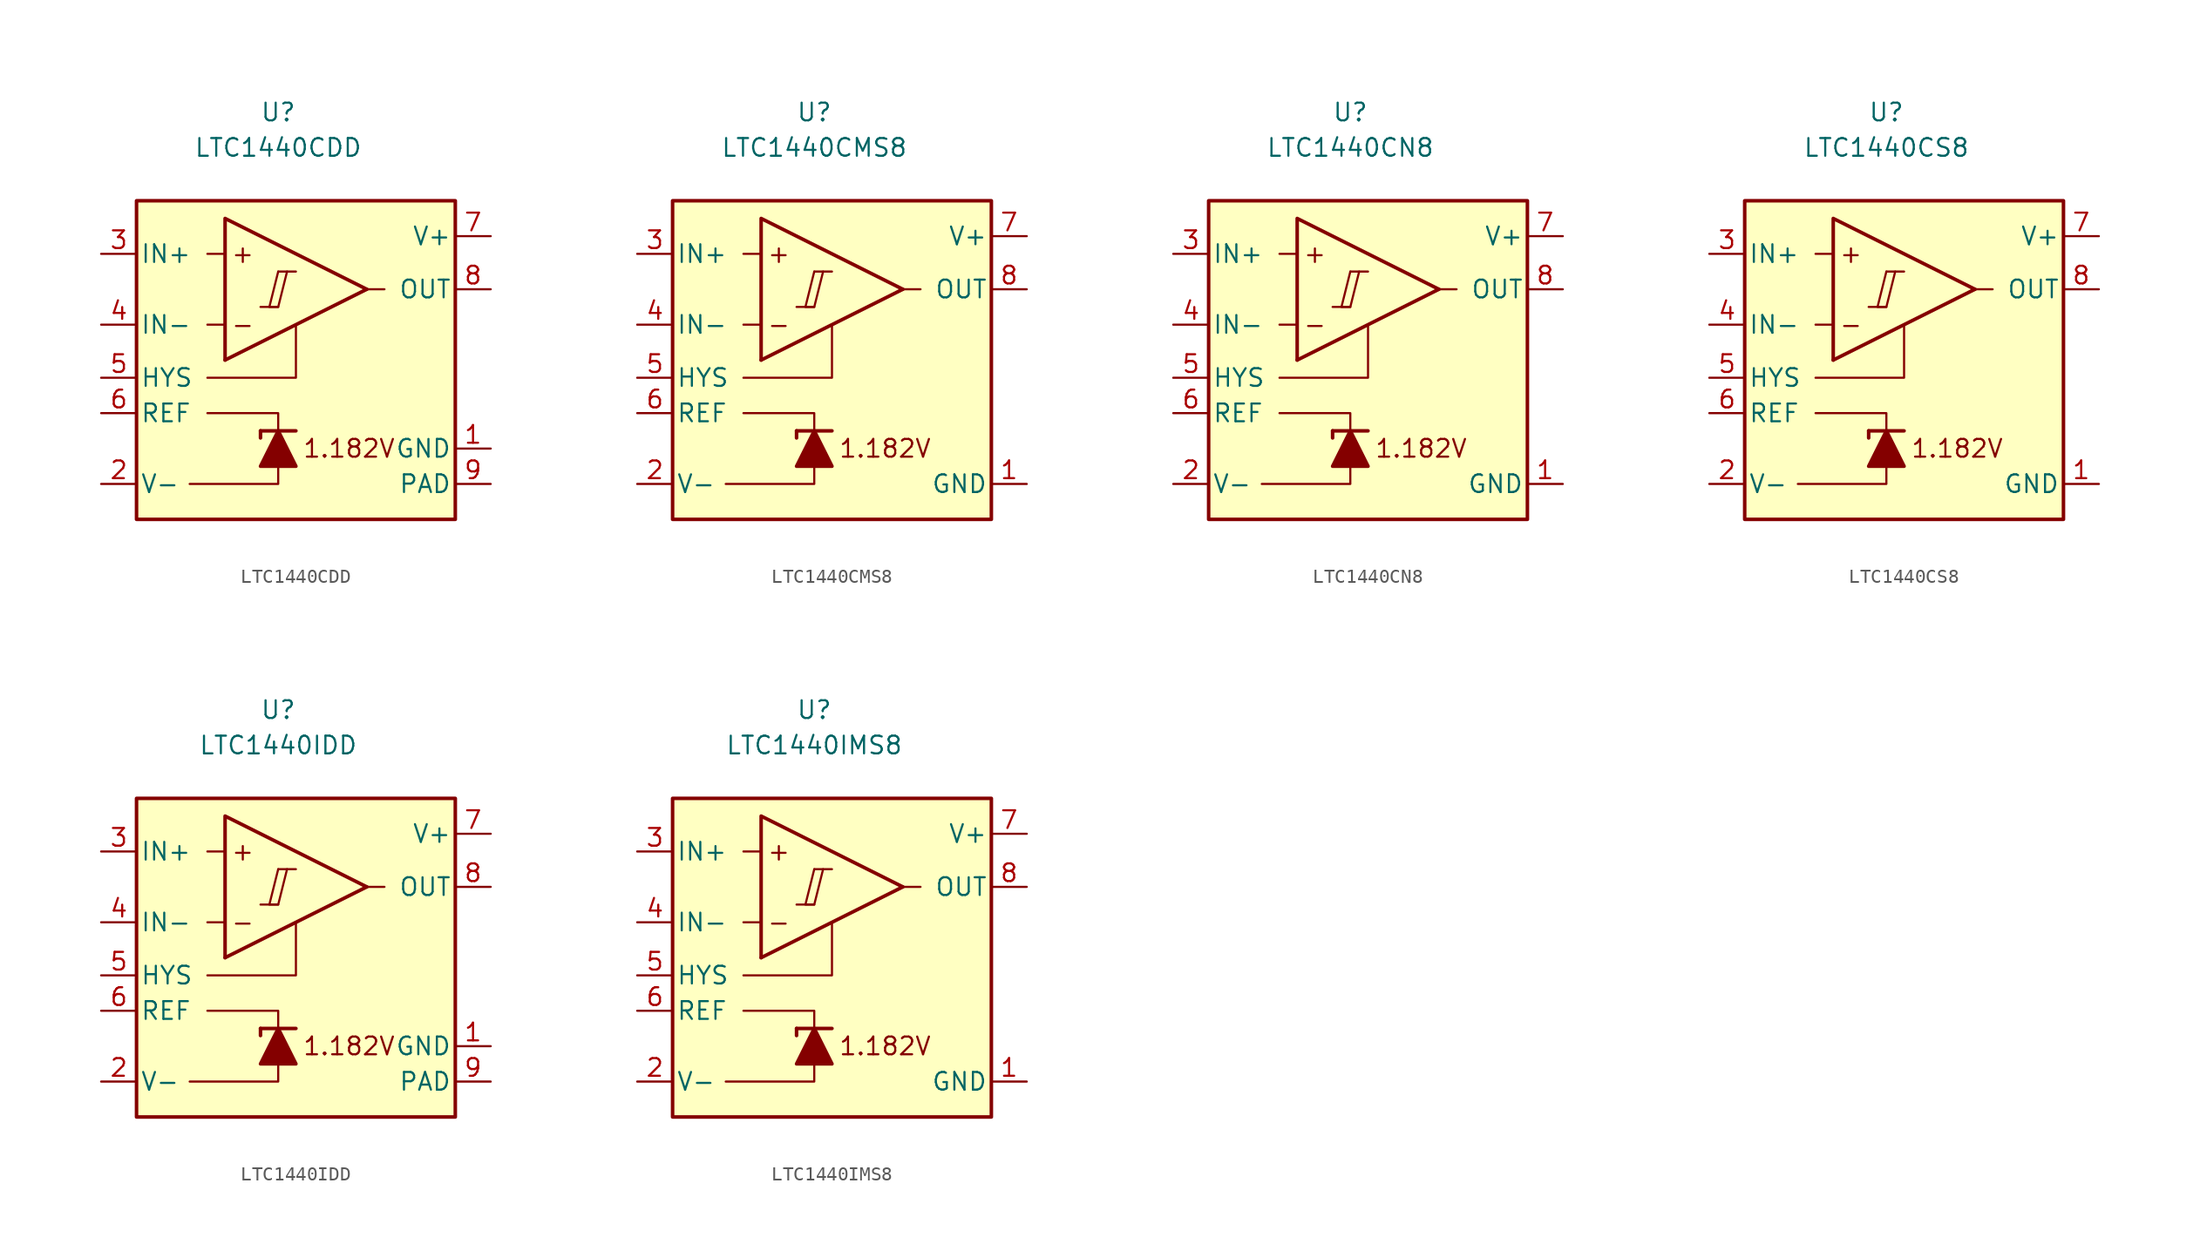
<source format=kicad_sym>
(kicad_symbol_lib
  (version 20231120)
  (generator "kicad_symbol_editor")
  (generator_version "8.0")
  (symbol "LTC1440CDD"
    (pin_names
      (offset 0.254))
    (property "Reference" "U"
      (at 0 16.51 0)
      (effects (font (size 1.27 1.27))))
    (property "Value" "LTC1440CDD"
      (at 0 13.97 0)
      (effects (font (size 1.27 1.27))))
    (symbol "LTC1440CDD_0_0"
      (polyline (pts (xy -1.27 2.54) (xy 0 2.54)) (stroke (width 0.152) (type default)) (fill (type none)))
      (polyline (pts (xy 0 5.08) (xy 1.27 5.08)) (stroke (width 0.152) (type default)) (fill (type none)))
      (polyline (pts (xy 6.35 3.81) (xy -3.81 -1.27)) (stroke (width 0.254) (type default)) (fill (type none)))
      (polyline (pts (xy 6.35 3.81) (xy -3.81 8.89) (xy -3.81 -1.27)) (stroke (width 0.254) (type default)) (fill (type background)))
      (polyline (pts (xy 0 5.08) (xy -0.635 2.54) (xy 0 2.54) (xy 0.635 5.08)) (stroke (width 0.152) (type default)) (fill (type none)))
      (text "+" (at -2.54 6.35 0) (effects (font (size 1.27 1.27))))
      (text "-" (at -2.54 1.27 0) (effects (font (size 1.27 1.27)))))
    (symbol "LTC1440CDD_0_1"
      (polyline (pts (xy -3.81 1.27) (xy -5.08 1.27)) (stroke (width 0) (type default)) (fill (type none)))
      (polyline (pts (xy -3.81 6.35) (xy -5.08 6.35)) (stroke (width 0) (type default)) (fill (type none)))
      (polyline (pts (xy -1.27 -6.35) (xy -1.27 -6.858)) (stroke (width 0.254) (type default)) (fill (type none)))
      (polyline (pts (xy -1.27 -6.35) (xy 1.27 -6.35)) (stroke (width 0.254) (type default)) (fill (type none)))
      (polyline (pts (xy 6.35 3.81) (xy 7.62 3.81)) (stroke (width 0) (type default)) (fill (type none)))
      (polyline (pts (xy 0 -8.89) (xy 0 -10.16) (xy -6.35 -10.16)) (stroke (width 0) (type default)) (fill (type none)))
      (polyline (pts (xy 0 -6.35) (xy 0 -5.08) (xy -5.08 -5.08)) (stroke (width 0) (type default)) (fill (type none)))
      (polyline (pts (xy 1.27 1.27) (xy 1.27 -2.54) (xy -5.08 -2.54)) (stroke (width 0) (type default)) (fill (type none)))
      (polyline (pts (xy 1.27 -8.89) (xy -1.27 -8.89) (xy 0 -6.35) (xy 1.27 -8.89)) (stroke (width 0.254) (type default)) (fill (type outline)))
      (rectangle (start 12.7 10.16) (end -10.16 -12.7) (stroke (width 0.254) (type default)) (fill (type background))))
    (symbol "LTC1440CDD_1_0"
      (text "1.182V" (at 5.08 -7.62 0) (effects (font (size 1.27 1.27)))))
    (symbol "LTC1440CDD_1_1"
      (pin power_in line (at 15.24 -7.62 180) (length 2.54) (name "GND" (effects (font (size 1.27 1.27)))) (number "1" (effects (font (size 1.27 1.27)))))
      (pin power_in line (at -12.7 -10.16 0) (length 2.54) (name "V-" (effects (font (size 1.27 1.27)))) (number "2" (effects (font (size 1.27 1.27)))))
      (pin input line (at -12.7 6.35 0) (length 2.54) (name "IN+" (effects (font (size 1.27 1.27)))) (number "3" (effects (font (size 1.27 1.27)))))
      (pin input line (at -12.7 1.27 0) (length 2.54) (name "IN-" (effects (font (size 1.27 1.27)))) (number "4" (effects (font (size 1.27 1.27)))))
      (pin input line (at -12.7 -2.54 0) (length 2.54) (name "HYS" (effects (font (size 1.27 1.27)))) (number "5" (effects (font (size 1.27 1.27)))))
      (pin output line (at -12.7 -5.08 0) (length 2.54) (name "REF" (effects (font (size 1.27 1.27)))) (number "6" (effects (font (size 1.27 1.27)))))
      (pin power_in line (at 15.24 7.62 180) (length 2.54) (name "V+" (effects (font (size 1.27 1.27)))) (number "7" (effects (font (size 1.27 1.27)))))
      (pin output line (at 15.24 3.81 180) (length 2.54) (name "OUT" (effects (font (size 1.27 1.27)))) (number "8" (effects (font (size 1.27 1.27)))))
      (pin power_in line (at 15.24 -10.16 180) (length 2.54) (name "PAD" (effects (font (size 1.27 1.27)))) (number "9" (effects (font (size 1.27 1.27)))))))
  (symbol "LTC1440CMS8"
    (pin_names
      (offset 0.254))
    (property "Reference" "U"
      (at 0 16.51 0)
      (effects (font (size 1.27 1.27))))
    (property "Value" "LTC1440CMS8"
      (at 0 13.97 0)
      (effects (font (size 1.27 1.27))))
    (symbol "LTC1440CMS8_0_0"
      (polyline (pts (xy -1.27 2.54) (xy 0 2.54)) (stroke (width 0.152) (type default)) (fill (type none)))
      (polyline (pts (xy 0 5.08) (xy 1.27 5.08)) (stroke (width 0.152) (type default)) (fill (type none)))
      (polyline (pts (xy 6.35 3.81) (xy -3.81 -1.27)) (stroke (width 0.254) (type default)) (fill (type none)))
      (polyline (pts (xy 6.35 3.81) (xy -3.81 8.89) (xy -3.81 -1.27)) (stroke (width 0.254) (type default)) (fill (type background)))
      (polyline (pts (xy 0 5.08) (xy -0.635 2.54) (xy 0 2.54) (xy 0.635 5.08)) (stroke (width 0.152) (type default)) (fill (type none)))
      (text "+" (at -2.54 6.35 0) (effects (font (size 1.27 1.27))))
      (text "-" (at -2.54 1.27 0) (effects (font (size 1.27 1.27)))))
    (symbol "LTC1440CMS8_0_1"
      (polyline (pts (xy -3.81 1.27) (xy -5.08 1.27)) (stroke (width 0) (type default)) (fill (type none)))
      (polyline (pts (xy -3.81 6.35) (xy -5.08 6.35)) (stroke (width 0) (type default)) (fill (type none)))
      (polyline (pts (xy -1.27 -6.35) (xy -1.27 -6.858)) (stroke (width 0.254) (type default)) (fill (type none)))
      (polyline (pts (xy -1.27 -6.35) (xy 1.27 -6.35)) (stroke (width 0.254) (type default)) (fill (type none)))
      (polyline (pts (xy 6.35 3.81) (xy 7.62 3.81)) (stroke (width 0) (type default)) (fill (type none)))
      (polyline (pts (xy 0 -8.89) (xy 0 -10.16) (xy -6.35 -10.16)) (stroke (width 0) (type default)) (fill (type none)))
      (polyline (pts (xy 0 -6.35) (xy 0 -5.08) (xy -5.08 -5.08)) (stroke (width 0) (type default)) (fill (type none)))
      (polyline (pts (xy 1.27 1.27) (xy 1.27 -2.54) (xy -5.08 -2.54)) (stroke (width 0) (type default)) (fill (type none)))
      (polyline (pts (xy 1.27 -8.89) (xy -1.27 -8.89) (xy 0 -6.35) (xy 1.27 -8.89)) (stroke (width 0.254) (type default)) (fill (type outline)))
      (rectangle (start 12.7 10.16) (end -10.16 -12.7) (stroke (width 0.254) (type default)) (fill (type background))))
    (symbol "LTC1440CMS8_1_0"
      (text "1.182V" (at 5.08 -7.62 0) (effects (font (size 1.27 1.27)))))
    (symbol "LTC1440CMS8_1_1"
      (pin power_in line (at 15.24 -10.16 180) (length 2.54) (name "GND" (effects (font (size 1.27 1.27)))) (number "1" (effects (font (size 1.27 1.27)))))
      (pin power_in line (at -12.7 -10.16 0) (length 2.54) (name "V-" (effects (font (size 1.27 1.27)))) (number "2" (effects (font (size 1.27 1.27)))))
      (pin input line (at -12.7 6.35 0) (length 2.54) (name "IN+" (effects (font (size 1.27 1.27)))) (number "3" (effects (font (size 1.27 1.27)))))
      (pin input line (at -12.7 1.27 0) (length 2.54) (name "IN-" (effects (font (size 1.27 1.27)))) (number "4" (effects (font (size 1.27 1.27)))))
      (pin input line (at -12.7 -2.54 0) (length 2.54) (name "HYS" (effects (font (size 1.27 1.27)))) (number "5" (effects (font (size 1.27 1.27)))))
      (pin output line (at -12.7 -5.08 0) (length 2.54) (name "REF" (effects (font (size 1.27 1.27)))) (number "6" (effects (font (size 1.27 1.27)))))
      (pin power_in line (at 15.24 7.62 180) (length 2.54) (name "V+" (effects (font (size 1.27 1.27)))) (number "7" (effects (font (size 1.27 1.27)))))
      (pin output line (at 15.24 3.81 180) (length 2.54) (name "OUT" (effects (font (size 1.27 1.27)))) (number "8" (effects (font (size 1.27 1.27)))))))
  (symbol "LTC1440CN8"
    (pin_names
      (offset 0.254))
    (property "Reference" "U"
      (at 0 16.51 0)
      (effects (font (size 1.27 1.27))))
    (property "Value" "LTC1440CN8"
      (at 0 13.97 0)
      (effects (font (size 1.27 1.27))))
    (symbol "LTC1440CN8_0_0"
      (polyline (pts (xy -1.27 2.54) (xy 0 2.54)) (stroke (width 0.152) (type default)) (fill (type none)))
      (polyline (pts (xy 0 5.08) (xy 1.27 5.08)) (stroke (width 0.152) (type default)) (fill (type none)))
      (polyline (pts (xy 6.35 3.81) (xy -3.81 -1.27)) (stroke (width 0.254) (type default)) (fill (type none)))
      (polyline (pts (xy 6.35 3.81) (xy -3.81 8.89) (xy -3.81 -1.27)) (stroke (width 0.254) (type default)) (fill (type background)))
      (polyline (pts (xy 0 5.08) (xy -0.635 2.54) (xy 0 2.54) (xy 0.635 5.08)) (stroke (width 0.152) (type default)) (fill (type none)))
      (text "+" (at -2.54 6.35 0) (effects (font (size 1.27 1.27))))
      (text "-" (at -2.54 1.27 0) (effects (font (size 1.27 1.27)))))
    (symbol "LTC1440CN8_0_1"
      (polyline (pts (xy -3.81 1.27) (xy -5.08 1.27)) (stroke (width 0) (type default)) (fill (type none)))
      (polyline (pts (xy -3.81 6.35) (xy -5.08 6.35)) (stroke (width 0) (type default)) (fill (type none)))
      (polyline (pts (xy -1.27 -6.35) (xy -1.27 -6.858)) (stroke (width 0.254) (type default)) (fill (type none)))
      (polyline (pts (xy -1.27 -6.35) (xy 1.27 -6.35)) (stroke (width 0.254) (type default)) (fill (type none)))
      (polyline (pts (xy 6.35 3.81) (xy 7.62 3.81)) (stroke (width 0) (type default)) (fill (type none)))
      (polyline (pts (xy 0 -8.89) (xy 0 -10.16) (xy -6.35 -10.16)) (stroke (width 0) (type default)) (fill (type none)))
      (polyline (pts (xy 0 -6.35) (xy 0 -5.08) (xy -5.08 -5.08)) (stroke (width 0) (type default)) (fill (type none)))
      (polyline (pts (xy 1.27 1.27) (xy 1.27 -2.54) (xy -5.08 -2.54)) (stroke (width 0) (type default)) (fill (type none)))
      (polyline (pts (xy 1.27 -8.89) (xy -1.27 -8.89) (xy 0 -6.35) (xy 1.27 -8.89)) (stroke (width 0.254) (type default)) (fill (type outline)))
      (rectangle (start 12.7 10.16) (end -10.16 -12.7) (stroke (width 0.254) (type default)) (fill (type background))))
    (symbol "LTC1440CN8_1_0"
      (text "1.182V" (at 5.08 -7.62 0) (effects (font (size 1.27 1.27)))))
    (symbol "LTC1440CN8_1_1"
      (pin power_in line (at 15.24 -10.16 180) (length 2.54) (name "GND" (effects (font (size 1.27 1.27)))) (number "1" (effects (font (size 1.27 1.27)))))
      (pin power_in line (at -12.7 -10.16 0) (length 2.54) (name "V-" (effects (font (size 1.27 1.27)))) (number "2" (effects (font (size 1.27 1.27)))))
      (pin input line (at -12.7 6.35 0) (length 2.54) (name "IN+" (effects (font (size 1.27 1.27)))) (number "3" (effects (font (size 1.27 1.27)))))
      (pin input line (at -12.7 1.27 0) (length 2.54) (name "IN-" (effects (font (size 1.27 1.27)))) (number "4" (effects (font (size 1.27 1.27)))))
      (pin input line (at -12.7 -2.54 0) (length 2.54) (name "HYS" (effects (font (size 1.27 1.27)))) (number "5" (effects (font (size 1.27 1.27)))))
      (pin output line (at -12.7 -5.08 0) (length 2.54) (name "REF" (effects (font (size 1.27 1.27)))) (number "6" (effects (font (size 1.27 1.27)))))
      (pin power_in line (at 15.24 7.62 180) (length 2.54) (name "V+" (effects (font (size 1.27 1.27)))) (number "7" (effects (font (size 1.27 1.27)))))
      (pin output line (at 15.24 3.81 180) (length 2.54) (name "OUT" (effects (font (size 1.27 1.27)))) (number "8" (effects (font (size 1.27 1.27)))))))
  (symbol "LTC1440CS8"
    (pin_names
      (offset 0.254))
    (property "Reference" "U"
      (at 0 16.51 0)
      (effects (font (size 1.27 1.27))))
    (property "Value" "LTC1440CS8"
      (at 0 13.97 0)
      (effects (font (size 1.27 1.27))))
    (symbol "LTC1440CS8_0_0"
      (polyline (pts (xy -1.27 2.54) (xy 0 2.54)) (stroke (width 0.152) (type default)) (fill (type none)))
      (polyline (pts (xy 0 5.08) (xy 1.27 5.08)) (stroke (width 0.152) (type default)) (fill (type none)))
      (polyline (pts (xy 6.35 3.81) (xy -3.81 -1.27)) (stroke (width 0.254) (type default)) (fill (type none)))
      (polyline (pts (xy 6.35 3.81) (xy -3.81 8.89) (xy -3.81 -1.27)) (stroke (width 0.254) (type default)) (fill (type background)))
      (polyline (pts (xy 0 5.08) (xy -0.635 2.54) (xy 0 2.54) (xy 0.635 5.08)) (stroke (width 0.152) (type default)) (fill (type none)))
      (text "+" (at -2.54 6.35 0) (effects (font (size 1.27 1.27))))
      (text "-" (at -2.54 1.27 0) (effects (font (size 1.27 1.27)))))
    (symbol "LTC1440CS8_0_1"
      (polyline (pts (xy -3.81 1.27) (xy -5.08 1.27)) (stroke (width 0) (type default)) (fill (type none)))
      (polyline (pts (xy -3.81 6.35) (xy -5.08 6.35)) (stroke (width 0) (type default)) (fill (type none)))
      (polyline (pts (xy -1.27 -6.35) (xy -1.27 -6.858)) (stroke (width 0.254) (type default)) (fill (type none)))
      (polyline (pts (xy -1.27 -6.35) (xy 1.27 -6.35)) (stroke (width 0.254) (type default)) (fill (type none)))
      (polyline (pts (xy 6.35 3.81) (xy 7.62 3.81)) (stroke (width 0) (type default)) (fill (type none)))
      (polyline (pts (xy 0 -8.89) (xy 0 -10.16) (xy -6.35 -10.16)) (stroke (width 0) (type default)) (fill (type none)))
      (polyline (pts (xy 0 -6.35) (xy 0 -5.08) (xy -5.08 -5.08)) (stroke (width 0) (type default)) (fill (type none)))
      (polyline (pts (xy 1.27 1.27) (xy 1.27 -2.54) (xy -5.08 -2.54)) (stroke (width 0) (type default)) (fill (type none)))
      (polyline (pts (xy 1.27 -8.89) (xy -1.27 -8.89) (xy 0 -6.35) (xy 1.27 -8.89)) (stroke (width 0.254) (type default)) (fill (type outline)))
      (rectangle (start 12.7 10.16) (end -10.16 -12.7) (stroke (width 0.254) (type default)) (fill (type background))))
    (symbol "LTC1440CS8_1_0"
      (text "1.182V" (at 5.08 -7.62 0) (effects (font (size 1.27 1.27)))))
    (symbol "LTC1440CS8_1_1"
      (pin power_in line (at 15.24 -10.16 180) (length 2.54) (name "GND" (effects (font (size 1.27 1.27)))) (number "1" (effects (font (size 1.27 1.27)))))
      (pin power_in line (at -12.7 -10.16 0) (length 2.54) (name "V-" (effects (font (size 1.27 1.27)))) (number "2" (effects (font (size 1.27 1.27)))))
      (pin input line (at -12.7 6.35 0) (length 2.54) (name "IN+" (effects (font (size 1.27 1.27)))) (number "3" (effects (font (size 1.27 1.27)))))
      (pin input line (at -12.7 1.27 0) (length 2.54) (name "IN-" (effects (font (size 1.27 1.27)))) (number "4" (effects (font (size 1.27 1.27)))))
      (pin input line (at -12.7 -2.54 0) (length 2.54) (name "HYS" (effects (font (size 1.27 1.27)))) (number "5" (effects (font (size 1.27 1.27)))))
      (pin output line (at -12.7 -5.08 0) (length 2.54) (name "REF" (effects (font (size 1.27 1.27)))) (number "6" (effects (font (size 1.27 1.27)))))
      (pin power_in line (at 15.24 7.62 180) (length 2.54) (name "V+" (effects (font (size 1.27 1.27)))) (number "7" (effects (font (size 1.27 1.27)))))
      (pin output line (at 15.24 3.81 180) (length 2.54) (name "OUT" (effects (font (size 1.27 1.27)))) (number "8" (effects (font (size 1.27 1.27)))))))
  (symbol "LTC1440IDD"
    (pin_names
      (offset 0.254))
    (property "Reference" "U"
      (at 0 16.51 0)
      (effects (font (size 1.27 1.27))))
    (property "Value" "LTC1440IDD"
      (at 0 13.97 0)
      (effects (font (size 1.27 1.27))))
    (symbol "LTC1440IDD_0_0"
      (polyline (pts (xy -1.27 2.54) (xy 0 2.54)) (stroke (width 0.152) (type default)) (fill (type none)))
      (polyline (pts (xy 0 5.08) (xy 1.27 5.08)) (stroke (width 0.152) (type default)) (fill (type none)))
      (polyline (pts (xy 6.35 3.81) (xy -3.81 -1.27)) (stroke (width 0.254) (type default)) (fill (type none)))
      (polyline (pts (xy 6.35 3.81) (xy -3.81 8.89) (xy -3.81 -1.27)) (stroke (width 0.254) (type default)) (fill (type background)))
      (polyline (pts (xy 0 5.08) (xy -0.635 2.54) (xy 0 2.54) (xy 0.635 5.08)) (stroke (width 0.152) (type default)) (fill (type none)))
      (text "+" (at -2.54 6.35 0) (effects (font (size 1.27 1.27))))
      (text "-" (at -2.54 1.27 0) (effects (font (size 1.27 1.27)))))
    (symbol "LTC1440IDD_0_1"
      (polyline (pts (xy -3.81 1.27) (xy -5.08 1.27)) (stroke (width 0) (type default)) (fill (type none)))
      (polyline (pts (xy -3.81 6.35) (xy -5.08 6.35)) (stroke (width 0) (type default)) (fill (type none)))
      (polyline (pts (xy -1.27 -6.35) (xy -1.27 -6.858)) (stroke (width 0.254) (type default)) (fill (type none)))
      (polyline (pts (xy -1.27 -6.35) (xy 1.27 -6.35)) (stroke (width 0.254) (type default)) (fill (type none)))
      (polyline (pts (xy 6.35 3.81) (xy 7.62 3.81)) (stroke (width 0) (type default)) (fill (type none)))
      (polyline (pts (xy 0 -8.89) (xy 0 -10.16) (xy -6.35 -10.16)) (stroke (width 0) (type default)) (fill (type none)))
      (polyline (pts (xy 0 -6.35) (xy 0 -5.08) (xy -5.08 -5.08)) (stroke (width 0) (type default)) (fill (type none)))
      (polyline (pts (xy 1.27 1.27) (xy 1.27 -2.54) (xy -5.08 -2.54)) (stroke (width 0) (type default)) (fill (type none)))
      (polyline (pts (xy 1.27 -8.89) (xy -1.27 -8.89) (xy 0 -6.35) (xy 1.27 -8.89)) (stroke (width 0.254) (type default)) (fill (type outline)))
      (rectangle (start 12.7 10.16) (end -10.16 -12.7) (stroke (width 0.254) (type default)) (fill (type background))))
    (symbol "LTC1440IDD_1_0"
      (text "1.182V" (at 5.08 -7.62 0) (effects (font (size 1.27 1.27)))))
    (symbol "LTC1440IDD_1_1"
      (pin power_in line (at 15.24 -7.62 180) (length 2.54) (name "GND" (effects (font (size 1.27 1.27)))) (number "1" (effects (font (size 1.27 1.27)))))
      (pin power_in line (at -12.7 -10.16 0) (length 2.54) (name "V-" (effects (font (size 1.27 1.27)))) (number "2" (effects (font (size 1.27 1.27)))))
      (pin input line (at -12.7 6.35 0) (length 2.54) (name "IN+" (effects (font (size 1.27 1.27)))) (number "3" (effects (font (size 1.27 1.27)))))
      (pin input line (at -12.7 1.27 0) (length 2.54) (name "IN-" (effects (font (size 1.27 1.27)))) (number "4" (effects (font (size 1.27 1.27)))))
      (pin input line (at -12.7 -2.54 0) (length 2.54) (name "HYS" (effects (font (size 1.27 1.27)))) (number "5" (effects (font (size 1.27 1.27)))))
      (pin output line (at -12.7 -5.08 0) (length 2.54) (name "REF" (effects (font (size 1.27 1.27)))) (number "6" (effects (font (size 1.27 1.27)))))
      (pin power_in line (at 15.24 7.62 180) (length 2.54) (name "V+" (effects (font (size 1.27 1.27)))) (number "7" (effects (font (size 1.27 1.27)))))
      (pin output line (at 15.24 3.81 180) (length 2.54) (name "OUT" (effects (font (size 1.27 1.27)))) (number "8" (effects (font (size 1.27 1.27)))))
      (pin power_in line (at 15.24 -10.16 180) (length 2.54) (name "PAD" (effects (font (size 1.27 1.27)))) (number "9" (effects (font (size 1.27 1.27)))))))
  (symbol "LTC1440IMS8"
    (pin_names
      (offset 0.254))
    (property "Reference" "U"
      (at 0 16.51 0)
      (effects (font (size 1.27 1.27))))
    (property "Value" "LTC1440IMS8"
      (at 0 13.97 0)
      (effects (font (size 1.27 1.27))))
    (symbol "LTC1440IMS8_0_0"
      (polyline (pts (xy -1.27 2.54) (xy 0 2.54)) (stroke (width 0.152) (type default)) (fill (type none)))
      (polyline (pts (xy 0 5.08) (xy 1.27 5.08)) (stroke (width 0.152) (type default)) (fill (type none)))
      (polyline (pts (xy 6.35 3.81) (xy -3.81 -1.27)) (stroke (width 0.254) (type default)) (fill (type none)))
      (polyline (pts (xy 6.35 3.81) (xy -3.81 8.89) (xy -3.81 -1.27)) (stroke (width 0.254) (type default)) (fill (type background)))
      (polyline (pts (xy 0 5.08) (xy -0.635 2.54) (xy 0 2.54) (xy 0.635 5.08)) (stroke (width 0.152) (type default)) (fill (type none)))
      (text "+" (at -2.54 6.35 0) (effects (font (size 1.27 1.27))))
      (text "-" (at -2.54 1.27 0) (effects (font (size 1.27 1.27)))))
    (symbol "LTC1440IMS8_0_1"
      (polyline (pts (xy -3.81 1.27) (xy -5.08 1.27)) (stroke (width 0) (type default)) (fill (type none)))
      (polyline (pts (xy -3.81 6.35) (xy -5.08 6.35)) (stroke (width 0) (type default)) (fill (type none)))
      (polyline (pts (xy -1.27 -6.35) (xy -1.27 -6.858)) (stroke (width 0.254) (type default)) (fill (type none)))
      (polyline (pts (xy -1.27 -6.35) (xy 1.27 -6.35)) (stroke (width 0.254) (type default)) (fill (type none)))
      (polyline (pts (xy 6.35 3.81) (xy 7.62 3.81)) (stroke (width 0) (type default)) (fill (type none)))
      (polyline (pts (xy 0 -8.89) (xy 0 -10.16) (xy -6.35 -10.16)) (stroke (width 0) (type default)) (fill (type none)))
      (polyline (pts (xy 0 -6.35) (xy 0 -5.08) (xy -5.08 -5.08)) (stroke (width 0) (type default)) (fill (type none)))
      (polyline (pts (xy 1.27 1.27) (xy 1.27 -2.54) (xy -5.08 -2.54)) (stroke (width 0) (type default)) (fill (type none)))
      (polyline (pts (xy 1.27 -8.89) (xy -1.27 -8.89) (xy 0 -6.35) (xy 1.27 -8.89)) (stroke (width 0.254) (type default)) (fill (type outline)))
      (rectangle (start 12.7 10.16) (end -10.16 -12.7) (stroke (width 0.254) (type default)) (fill (type background))))
    (symbol "LTC1440IMS8_1_0"
      (text "1.182V" (at 5.08 -7.62 0) (effects (font (size 1.27 1.27)))))
    (symbol "LTC1440IMS8_1_1"
      (pin power_in line (at 15.24 -10.16 180) (length 2.54) (name "GND" (effects (font (size 1.27 1.27)))) (number "1" (effects (font (size 1.27 1.27)))))
      (pin power_in line (at -12.7 -10.16 0) (length 2.54) (name "V-" (effects (font (size 1.27 1.27)))) (number "2" (effects (font (size 1.27 1.27)))))
      (pin input line (at -12.7 6.35 0) (length 2.54) (name "IN+" (effects (font (size 1.27 1.27)))) (number "3" (effects (font (size 1.27 1.27)))))
      (pin input line (at -12.7 1.27 0) (length 2.54) (name "IN-" (effects (font (size 1.27 1.27)))) (number "4" (effects (font (size 1.27 1.27)))))
      (pin input line (at -12.7 -2.54 0) (length 2.54) (name "HYS" (effects (font (size 1.27 1.27)))) (number "5" (effects (font (size 1.27 1.27)))))
      (pin output line (at -12.7 -5.08 0) (length 2.54) (name "REF" (effects (font (size 1.27 1.27)))) (number "6" (effects (font (size 1.27 1.27)))))
      (pin power_in line (at 15.24 7.62 180) (length 2.54) (name "V+" (effects (font (size 1.27 1.27)))) (number "7" (effects (font (size 1.27 1.27)))))
      (pin output line (at 15.24 3.81 180) (length 2.54) (name "OUT" (effects (font (size 1.27 1.27)))) (number "8" (effects (font (size 1.27 1.27))))))))
</source>
